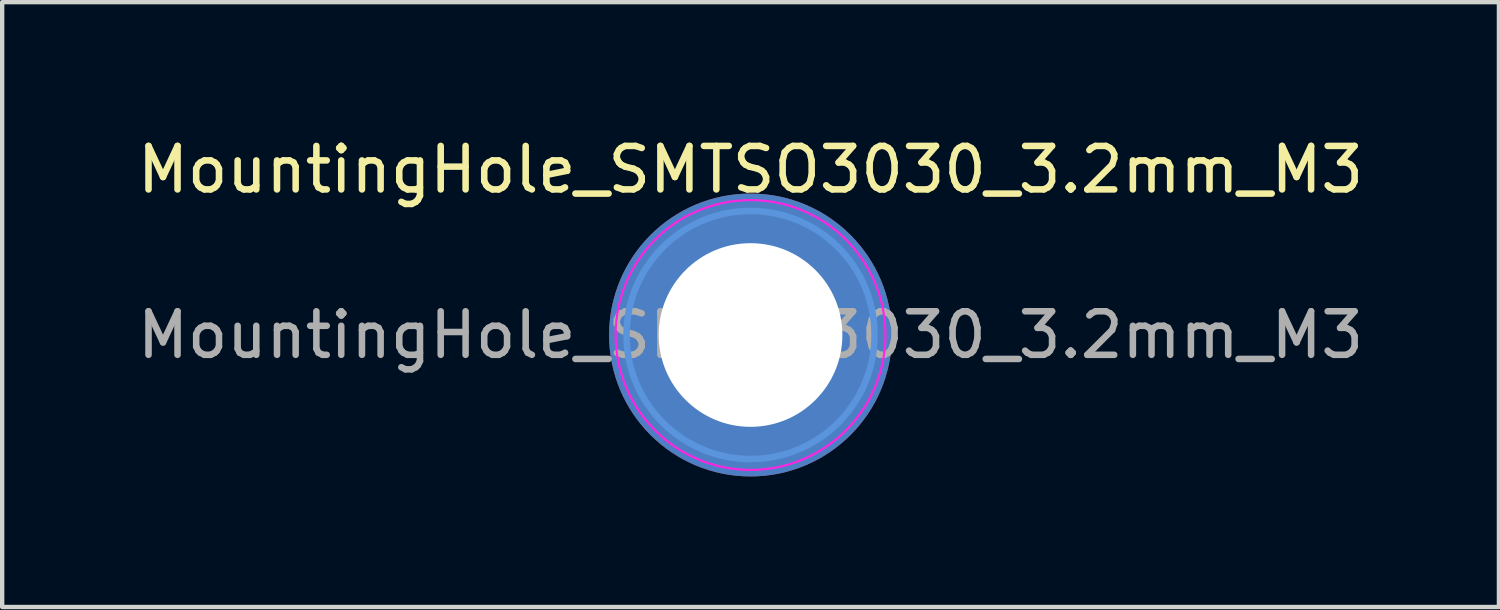
<source format=kicad_pcb>
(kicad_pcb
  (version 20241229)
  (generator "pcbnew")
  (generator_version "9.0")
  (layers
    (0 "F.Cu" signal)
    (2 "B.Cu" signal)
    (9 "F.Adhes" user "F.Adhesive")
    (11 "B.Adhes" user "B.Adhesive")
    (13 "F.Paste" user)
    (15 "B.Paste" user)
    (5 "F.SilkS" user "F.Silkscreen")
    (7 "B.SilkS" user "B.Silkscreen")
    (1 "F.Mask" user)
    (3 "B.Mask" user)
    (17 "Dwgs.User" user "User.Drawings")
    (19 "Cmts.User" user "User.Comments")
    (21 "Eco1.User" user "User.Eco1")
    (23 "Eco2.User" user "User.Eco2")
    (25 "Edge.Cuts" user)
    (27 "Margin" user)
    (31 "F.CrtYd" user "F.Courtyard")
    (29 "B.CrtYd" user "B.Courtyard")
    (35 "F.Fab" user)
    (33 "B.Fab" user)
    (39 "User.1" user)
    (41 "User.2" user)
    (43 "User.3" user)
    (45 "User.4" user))
  (footprint "MountingHole_SMTSO3030_3.2mm_M3"
    (layer "F.Cu")
    (at 14.196 4.648)
    (property "Reference" "MountingHole_SMTSO3030_3.2mm_M3" (at 0 -3.8 0) (layer "F.SilkS") (effects (font (size 1 1) (thickness 0.15))))
    (attr smd)
    (fp_circle (center -2.7 0) (end -2.15 0) (stroke (width 0) (type solid)) (fill yes) (layer "F.Paste"))
    (fp_circle (center -2.338 -1.35) (end -1.788 -1.35) (stroke (width 0) (type solid)) (fill yes) (layer "F.Paste"))
    (fp_circle (center -2.338 1.35) (end -1.788 1.35) (stroke (width 0) (type solid)) (fill yes) (layer "F.Paste"))
    (fp_circle (center -1.35 -2.338) (end -0.8 -2.338) (stroke (width 0) (type solid)) (fill yes) (layer "F.Paste"))
    (fp_circle (center -1.35 2.338) (end -0.8 2.338) (stroke (width 0) (type solid)) (fill yes) (layer "F.Paste"))
    (fp_circle (center 0 -2.7) (end 0.55 -2.7) (stroke (width 0) (type solid)) (fill yes) (layer "F.Paste"))
    (fp_circle (center 0 2.7) (end 0.55 2.7) (stroke (width 0) (type solid)) (fill yes) (layer "F.Paste"))
    (fp_circle (center 1.35 -2.338) (end 1.9 -2.338) (stroke (width 0) (type solid)) (fill yes) (layer "F.Paste"))
    (fp_circle (center 1.35 2.338) (end 1.9 2.338) (stroke (width 0) (type solid)) (fill yes) (layer "F.Paste"))
    (fp_circle (center 2.338 -1.35) (end 2.888 -1.35) (stroke (width 0) (type solid)) (fill yes) (layer "F.Paste"))
    (fp_circle (center 2.338 1.35) (end 2.888 1.35) (stroke (width 0) (type solid)) (fill yes) (layer "F.Paste"))
    (fp_circle (center 2.7 0) (end 3.25 0) (stroke (width 0) (type solid)) (fill yes) (layer "F.Paste"))
    (fp_circle (center 0 0) (end 2.85 0) (stroke (width 0.15) (type solid)) (fill no) (layer "Cmts.User"))
    (fp_circle (center 0 0) (end 3.1 0) (stroke (width 0.05) (type solid)) (fill no) (layer "F.CrtYd"))
    (fp_text user "${REFERENCE}" (at 0 0 0) (layer "F.Fab") (effects (font (size 1 1) (thickness 0.15))))
    (pad "1" thru_hole circle (at 0 0) (size 6.5 6.5) (drill 4.22) (layers "*.Cu" "*.Mask")))
  (gr_rect
    (start -3 -3)
    (end 31.393 10.898)
    (stroke (width 0.1) (type default))
    (fill no)
    (layer "Edge.Cuts")))
</source>
